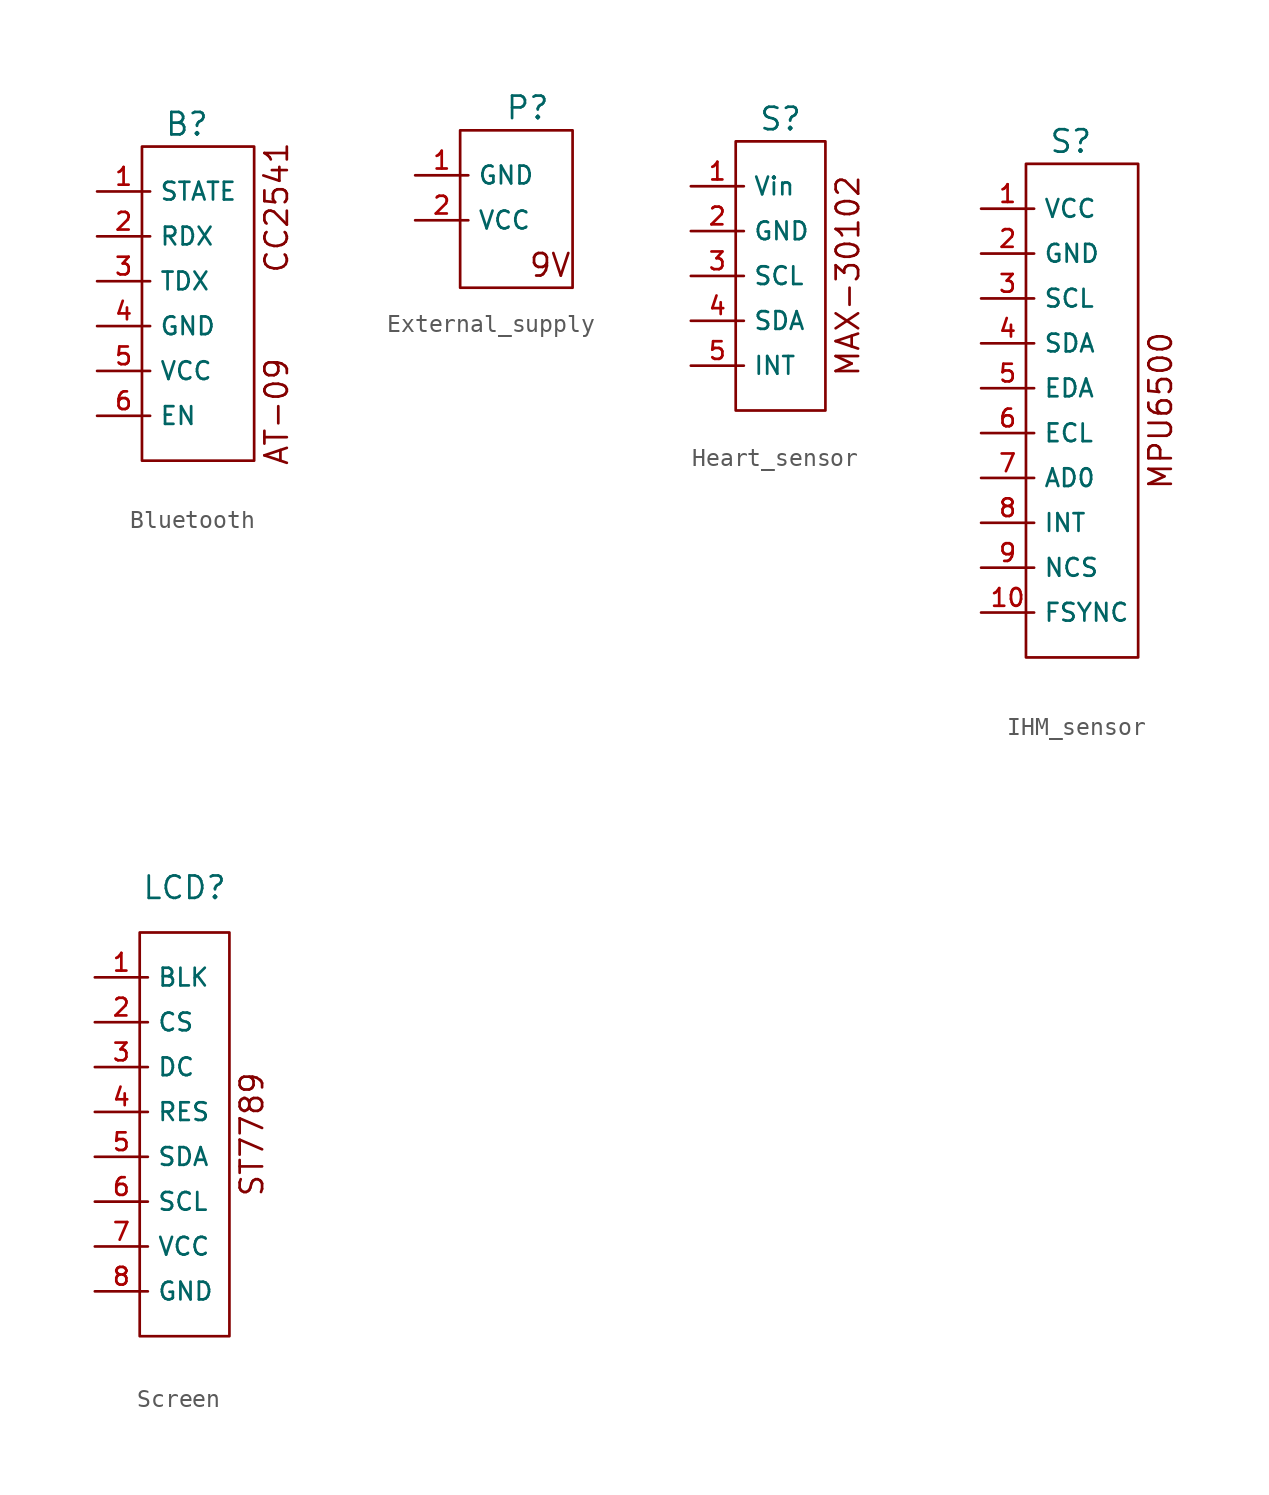
<source format=kicad_sym>
(kicad_symbol_lib
  (version 20220914)
  (generator kicad_symbol_editor)
  (symbol "Bluetooth"
    (property "Reference" "B"
      (at 0 0 0)
      (effects (font (size 1.27 1.27))))
    (property "Value" ""
      (at 0 0 0)
      (effects (font (size 1.27 1.27))))
    (symbol "Bluetooth_0_1"
      (rectangle (start -2.54 -1.27) (end 3.81 -19.05) (stroke (width 0) (type default)) (fill (type none)))
      (text "AT-09     CC2541" (at 5.08 -10.16 900) (effects (font (size 1.27 1.27)))))
    (symbol "Bluetooth_1_1"
      (pin input line (at -5.08 -3.81 0) (length 3) (name "STATE" (effects (font (size 1 1)))) (number "1" (effects (font (size 1 1)))))
      (pin bidirectional line (at -5.08 -6.35 0) (length 3) (name "RDX" (effects (font (size 1 1)))) (number "2" (effects (font (size 1 1)))))
      (pin bidirectional line (at -5.08 -8.89 0) (length 3) (name "TDX" (effects (font (size 1 1)))) (number "3" (effects (font (size 1 1)))))
      (pin power_out line (at -5.08 -11.43 0) (length 3) (name "GND" (effects (font (size 1 1)))) (number "4" (effects (font (size 1 1)))))
      (pin power_in line (at -5.08 -13.97 0) (length 3) (name "VCC" (effects (font (size 1 1)))) (number "5" (effects (font (size 1 1)))))
      (pin bidirectional line (at -5.08 -16.51 0) (length 3) (name "EN" (effects (font (size 1 1)))) (number "6" (effects (font (size 1 1)))))))
  (symbol "External_supply"
    (property "Reference" "P"
      (at 0 0 0)
      (effects (font (size 1.27 1.27))))
    (property "Value" ""
      (at 0 0 0)
      (effects (font (size 1.27 1.27))))
    (symbol "External_supply_0_1"
      (rectangle (start -3.81 -1.27) (end 2.54 -10.16) (stroke (width 0) (type default)) (fill (type none)))
      (text "9V" (at 1.27 -8.89 0) (effects (font (size 1.27 1.27)))))
    (symbol "External_supply_1_1"
      (pin power_out line (at -6.35 -3.81 0) (length 3) (name "GND" (effects (font (size 1 1)))) (number "1" (effects (font (size 1 1)))))
      (pin bidirectional line (at -6.35 -6.35 0) (length 3) (name "VCC" (effects (font (size 1 1)))) (number "2" (effects (font (size 1 1)))))))
  (symbol "Heart_sensor"
    (property "Reference" "S"
      (at 1.27 1.27 0)
      (effects (font (size 1.27 1.27))))
    (property "Value" ""
      (at -1.27 0 0)
      (effects (font (size 1.27 1.27))))
    (symbol "Heart_sensor_0_1"
      (rectangle (start -1.27 0) (end 3.81 -15.24) (stroke (width 0) (type default)) (fill (type none)))
      (text "MAX-30102" (at 5.08 -7.62 900) (effects (font (size 1.27 1.27)))))
    (symbol "Heart_sensor_1_1"
      (pin power_in line (at -3.81 -2.54 0) (length 3) (name "Vin" (effects (font (size 1 1)))) (number "1" (effects (font (size 1 1)))))
      (pin power_out line (at -3.81 -5.08 0) (length 3) (name "GND" (effects (font (size 1 1)))) (number "2" (effects (font (size 1 1)))))
      (pin input line (at -3.81 -7.62 0) (length 3) (name "SCL" (effects (font (size 1 1)))) (number "3" (effects (font (size 1 1)))))
      (pin bidirectional line (at -3.81 -10.16 0) (length 3) (name "SDA" (effects (font (size 1 1)))) (number "4" (effects (font (size 1 1)))))
      (pin bidirectional line (at -3.81 -12.7 0) (length 3) (name "INT" (effects (font (size 1 1)))) (number "5" (effects (font (size 1 1)))))))
  (symbol "IHM_sensor"
    (property "Reference" "S"
      (at 0 0 0)
      (effects (font (size 1.27 1.27))))
    (property "Value" ""
      (at 0 0 0)
      (effects (font (size 1.27 1.27))))
    (symbol "IHM_sensor_0_1"
      (rectangle (start -2.54 -1.27) (end 3.81 -29.21) (stroke (width 0) (type default)) (fill (type none)))
      (text "MPU6500" (at 5.08 -15.24 900) (effects (font (size 1.27 1.27)))))
    (symbol "IHM_sensor_1_1"
      (pin bidirectional line (at -5.08 -3.81 0) (length 3) (name "VCC" (effects (font (size 1 1)))) (number "1" (effects (font (size 1 1)))))
      (pin bidirectional line (at -5.08 -26.67 0) (length 3) (name "FSYNC" (effects (font (size 1 1)))) (number "10" (effects (font (size 1 1)))))
      (pin power_out line (at -5.08 -6.35 0) (length 3) (name "GND" (effects (font (size 1 1)))) (number "2" (effects (font (size 1 1)))))
      (pin input line (at -5.08 -8.89 0) (length 3) (name "SCL" (effects (font (size 1 1)))) (number "3" (effects (font (size 1 1)))))
      (pin bidirectional line (at -5.08 -11.43 0) (length 3) (name "SDA" (effects (font (size 1 1)))) (number "4" (effects (font (size 1 1)))))
      (pin bidirectional line (at -5.08 -13.97 0) (length 3) (name "EDA" (effects (font (size 1 1)))) (number "5" (effects (font (size 1 1)))))
      (pin bidirectional line (at -5.08 -16.51 0) (length 3) (name "ECL" (effects (font (size 1 1)))) (number "6" (effects (font (size 1 1)))))
      (pin bidirectional line (at -5.08 -19.05 0) (length 3) (name "AD0" (effects (font (size 1 1)))) (number "7" (effects (font (size 1 1)))))
      (pin bidirectional line (at -5.08 -21.59 0) (length 3) (name "INT" (effects (font (size 1 1)))) (number "8" (effects (font (size 1 1)))))
      (pin bidirectional line (at -5.08 -24.13 0) (length 3) (name "NCS" (effects (font (size 1 1)))) (number "9" (effects (font (size 1 1)))))))
  (symbol "Screen"
    (property "Reference" "LCD"
      (at 0 0 0)
      (effects (font (size 1.27 1.27))))
    (property "Value" ""
      (at 0 0 0)
      (effects (font (size 1.27 1.27))))
    (symbol "Screen_0_1"
      (rectangle (start -2.54 -2.54) (end 2.54 -25.4) (stroke (width 0) (type default)) (fill (type none)))
      (text "ST7789" (at 3.81 -13.97 900) (effects (font (size 1.27 1.27)))))
    (symbol "Screen_1_1"
      (pin bidirectional line (at -5.08 -5.08 0) (length 3) (name "BLK" (effects (font (size 1 1)))) (number "1" (effects (font (size 1 1)))))
      (pin bidirectional line (at -5.08 -7.62 0) (length 3) (name "CS" (effects (font (size 1 1)))) (number "2" (effects (font (size 1 1)))))
      (pin bidirectional line (at -5.08 -10.16 0) (length 3) (name "DC" (effects (font (size 1 1)))) (number "3" (effects (font (size 1 1)))))
      (pin bidirectional line (at -5.08 -12.7 0) (length 3) (name "RES" (effects (font (size 1 1)))) (number "4" (effects (font (size 1 1)))))
      (pin bidirectional line (at -5.08 -15.24 0) (length 3) (name "SDA" (effects (font (size 1 1)))) (number "5" (effects (font (size 1 1)))))
      (pin bidirectional line (at -5.08 -17.78 0) (length 3) (name "SCL" (effects (font (size 1 1)))) (number "6" (effects (font (size 1 1)))))
      (pin bidirectional line (at -5.08 -20.32 0) (length 3) (name "VCC" (effects (font (size 1 1)))) (number "7" (effects (font (size 1 1)))))
      (pin power_out line (at -5.08 -22.86 0) (length 3) (name "GND" (effects (font (size 1 1)))) (number "8" (effects (font (size 1 1))))))))
</source>
